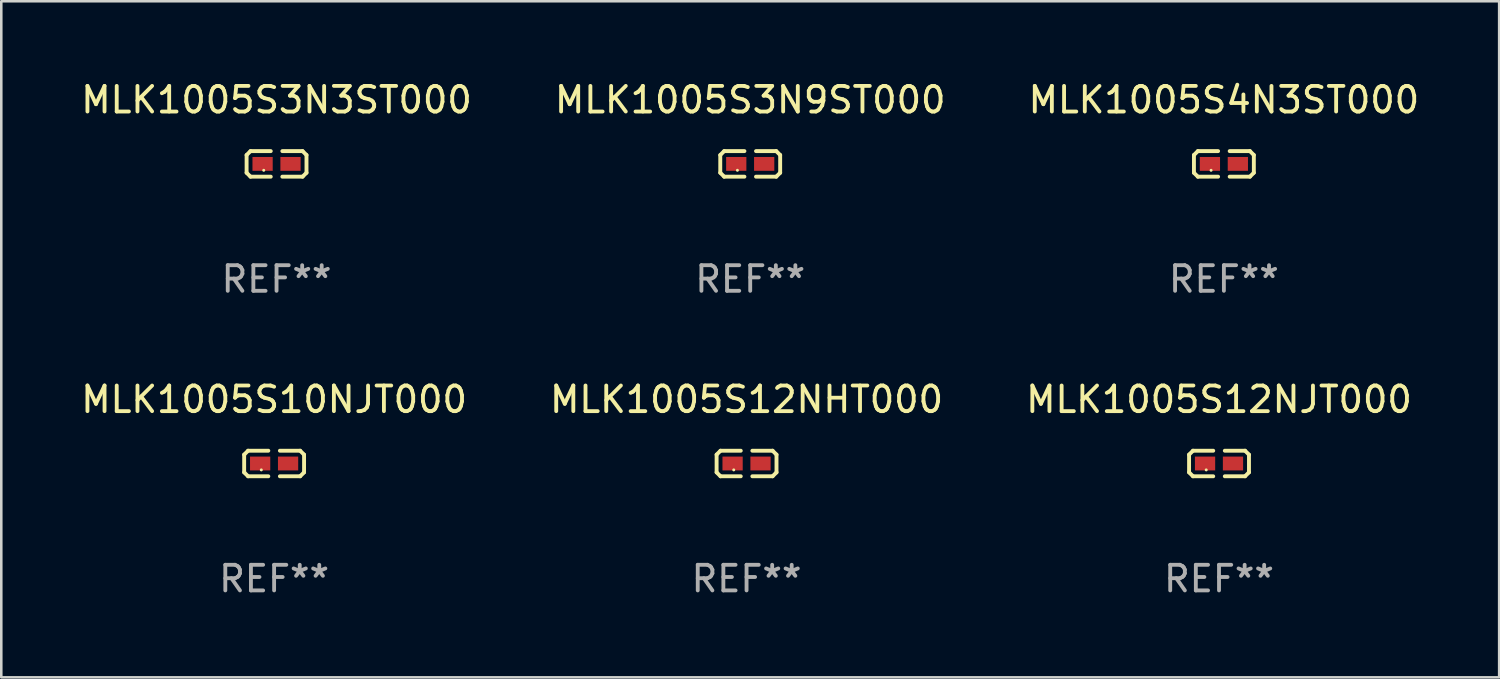
<source format=kicad_pcb>
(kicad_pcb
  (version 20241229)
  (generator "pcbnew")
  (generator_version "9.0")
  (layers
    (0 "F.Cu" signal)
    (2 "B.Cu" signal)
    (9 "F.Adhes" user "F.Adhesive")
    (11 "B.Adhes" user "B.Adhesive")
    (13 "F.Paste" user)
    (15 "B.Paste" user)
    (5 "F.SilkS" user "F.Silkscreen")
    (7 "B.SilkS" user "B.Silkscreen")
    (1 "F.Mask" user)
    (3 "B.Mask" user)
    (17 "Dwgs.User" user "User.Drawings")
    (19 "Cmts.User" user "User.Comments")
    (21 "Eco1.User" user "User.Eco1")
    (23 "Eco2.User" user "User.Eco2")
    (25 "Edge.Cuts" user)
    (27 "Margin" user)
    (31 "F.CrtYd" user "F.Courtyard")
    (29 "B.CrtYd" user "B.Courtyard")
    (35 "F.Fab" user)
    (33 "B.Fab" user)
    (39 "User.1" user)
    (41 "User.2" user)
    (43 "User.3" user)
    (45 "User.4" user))
  (footprint "MLK1005S12NJT000"
    (layer "F.Cu")
    (at 44.53 15.041)
    (property "Reference" "MLK1005S12NJT000" (at 0 -2.499 0) (layer "F.SilkS") (effects (font (size 1 1) (thickness 0.15))))
    (attr through_hole)
    (fp_line (start -1.169 -0.346) (end -1.016 -0.499) (stroke (width 0.152) (type solid)) (layer "F.SilkS"))
    (fp_line (start -1.169 0.346) (end -1.169 -0.346) (stroke (width 0.152) (type solid)) (layer "F.SilkS"))
    (fp_line (start -1.016 -0.499) (end -0.226 -0.499) (stroke (width 0.152) (type solid)) (layer "F.SilkS"))
    (fp_line (start -1.016 0.499) (end -1.169 0.346) (stroke (width 0.152) (type solid)) (layer "F.SilkS"))
    (fp_line (start -0.226 0.499) (end -1.016 0.499) (stroke (width 0.152) (type solid)) (layer "F.SilkS"))
    (fp_line (start 0.226 0.499) (end 1.016 0.499) (stroke (width 0.152) (type solid)) (layer "F.SilkS"))
    (fp_line (start 1.016 -0.499) (end 0.226 -0.499) (stroke (width 0.152) (type solid)) (layer "F.SilkS"))
    (fp_line (start 1.016 0.499) (end 1.169 0.346) (stroke (width 0.152) (type solid)) (layer "F.SilkS"))
    (fp_line (start 1.169 -0.346) (end 1.016 -0.499) (stroke (width 0.152) (type solid)) (layer "F.SilkS"))
    (fp_line (start 1.169 0.346) (end 1.169 -0.346) (stroke (width 0.152) (type solid)) (layer "F.SilkS"))
    (fp_circle (center -0.5 0.25) (end -0.47 0.25) (stroke (width 0.06) (type solid)) (fill no) (layer "F.SilkS"))
    (fp_text user "REF**" (at 0 4.499 0) (layer "F.Fab") (effects (font (size 1 1) (thickness 0.15))))
    (pad "1" smd rect (at -0.545 0) (size 0.79 0.54) (layers "F.Cu" "F.Mask" "F.Paste"))
    (pad "2" smd rect (at 0.545 0) (size 0.79 0.54) (layers "F.Cu" "F.Mask" "F.Paste")))
  (footprint "MLK1005S3N9ST000"
    (layer "F.Cu")
    (at 26.232 3.347)
    (property "Reference" "MLK1005S3N9ST000" (at 0 -2.499 0) (layer "F.SilkS") (effects (font (size 1 1) (thickness 0.15))))
    (attr through_hole)
    (fp_line (start -1.169 -0.346) (end -1.016 -0.499) (stroke (width 0.152) (type solid)) (layer "F.SilkS"))
    (fp_line (start -1.169 0.346) (end -1.169 -0.346) (stroke (width 0.152) (type solid)) (layer "F.SilkS"))
    (fp_line (start -1.016 -0.499) (end -0.226 -0.499) (stroke (width 0.152) (type solid)) (layer "F.SilkS"))
    (fp_line (start -1.016 0.499) (end -1.169 0.346) (stroke (width 0.152) (type solid)) (layer "F.SilkS"))
    (fp_line (start -0.226 0.499) (end -1.016 0.499) (stroke (width 0.152) (type solid)) (layer "F.SilkS"))
    (fp_line (start 0.226 0.499) (end 1.016 0.499) (stroke (width 0.152) (type solid)) (layer "F.SilkS"))
    (fp_line (start 1.016 -0.499) (end 0.226 -0.499) (stroke (width 0.152) (type solid)) (layer "F.SilkS"))
    (fp_line (start 1.016 0.499) (end 1.169 0.346) (stroke (width 0.152) (type solid)) (layer "F.SilkS"))
    (fp_line (start 1.169 -0.346) (end 1.016 -0.499) (stroke (width 0.152) (type solid)) (layer "F.SilkS"))
    (fp_line (start 1.169 0.346) (end 1.169 -0.346) (stroke (width 0.152) (type solid)) (layer "F.SilkS"))
    (fp_circle (center -0.5 0.25) (end -0.47 0.25) (stroke (width 0.06) (type solid)) (fill no) (layer "F.SilkS"))
    (fp_text user "REF**" (at 0 4.499 0) (layer "F.Fab") (effects (font (size 1 1) (thickness 0.15))))
    (pad "1" smd rect (at -0.545 0) (size 0.79 0.54) (layers "F.Cu" "F.Mask" "F.Paste"))
    (pad "2" smd rect (at 0.545 0) (size 0.79 0.54) (layers "F.Cu" "F.Mask" "F.Paste")))
  (footprint "MLK1005S12NHT000"
    (layer "F.Cu")
    (at 26.089 15.041)
    (property "Reference" "MLK1005S12NHT000" (at 0 -2.499 0) (layer "F.SilkS") (effects (font (size 1 1) (thickness 0.15))))
    (attr through_hole)
    (fp_line (start -1.169 -0.346) (end -1.016 -0.499) (stroke (width 0.152) (type solid)) (layer "F.SilkS"))
    (fp_line (start -1.169 0.346) (end -1.169 -0.346) (stroke (width 0.152) (type solid)) (layer "F.SilkS"))
    (fp_line (start -1.016 -0.499) (end -0.226 -0.499) (stroke (width 0.152) (type solid)) (layer "F.SilkS"))
    (fp_line (start -1.016 0.499) (end -1.169 0.346) (stroke (width 0.152) (type solid)) (layer "F.SilkS"))
    (fp_line (start -0.226 0.499) (end -1.016 0.499) (stroke (width 0.152) (type solid)) (layer "F.SilkS"))
    (fp_line (start 0.226 0.499) (end 1.016 0.499) (stroke (width 0.152) (type solid)) (layer "F.SilkS"))
    (fp_line (start 1.016 -0.499) (end 0.226 -0.499) (stroke (width 0.152) (type solid)) (layer "F.SilkS"))
    (fp_line (start 1.016 0.499) (end 1.169 0.346) (stroke (width 0.152) (type solid)) (layer "F.SilkS"))
    (fp_line (start 1.169 -0.346) (end 1.016 -0.499) (stroke (width 0.152) (type solid)) (layer "F.SilkS"))
    (fp_line (start 1.169 0.346) (end 1.169 -0.346) (stroke (width 0.152) (type solid)) (layer "F.SilkS"))
    (fp_circle (center -0.5 0.25) (end -0.47 0.25) (stroke (width 0.06) (type solid)) (fill no) (layer "F.SilkS"))
    (fp_text user "REF**" (at 0 4.499 0) (layer "F.Fab") (effects (font (size 1 1) (thickness 0.15))))
    (pad "1" smd rect (at -0.545 0) (size 0.79 0.54) (layers "F.Cu" "F.Mask" "F.Paste"))
    (pad "2" smd rect (at 0.545 0) (size 0.79 0.54) (layers "F.Cu" "F.Mask" "F.Paste")))
  (footprint "MLK1005S4N3ST000"
    (layer "F.Cu")
    (at 44.72 3.347)
    (property "Reference" "MLK1005S4N3ST000" (at 0 -2.499 0) (layer "F.SilkS") (effects (font (size 1 1) (thickness 0.15))))
    (attr through_hole)
    (fp_line (start -1.169 -0.346) (end -1.016 -0.499) (stroke (width 0.152) (type solid)) (layer "F.SilkS"))
    (fp_line (start -1.169 0.346) (end -1.169 -0.346) (stroke (width 0.152) (type solid)) (layer "F.SilkS"))
    (fp_line (start -1.016 -0.499) (end -0.226 -0.499) (stroke (width 0.152) (type solid)) (layer "F.SilkS"))
    (fp_line (start -1.016 0.499) (end -1.169 0.346) (stroke (width 0.152) (type solid)) (layer "F.SilkS"))
    (fp_line (start -0.226 0.499) (end -1.016 0.499) (stroke (width 0.152) (type solid)) (layer "F.SilkS"))
    (fp_line (start 0.226 0.499) (end 1.016 0.499) (stroke (width 0.152) (type solid)) (layer "F.SilkS"))
    (fp_line (start 1.016 -0.499) (end 0.226 -0.499) (stroke (width 0.152) (type solid)) (layer "F.SilkS"))
    (fp_line (start 1.016 0.499) (end 1.169 0.346) (stroke (width 0.152) (type solid)) (layer "F.SilkS"))
    (fp_line (start 1.169 -0.346) (end 1.016 -0.499) (stroke (width 0.152) (type solid)) (layer "F.SilkS"))
    (fp_line (start 1.169 0.346) (end 1.169 -0.346) (stroke (width 0.152) (type solid)) (layer "F.SilkS"))
    (fp_circle (center -0.5 0.25) (end -0.47 0.25) (stroke (width 0.06) (type solid)) (fill no) (layer "F.SilkS"))
    (fp_text user "REF**" (at 0 4.499 0) (layer "F.Fab") (effects (font (size 1 1) (thickness 0.15))))
    (pad "1" smd rect (at -0.545 0) (size 0.79 0.54) (layers "F.Cu" "F.Mask" "F.Paste"))
    (pad "2" smd rect (at 0.545 0) (size 0.79 0.54) (layers "F.Cu" "F.Mask" "F.Paste")))
  (footprint "MLK1005S3N3ST000"
    (layer "F.Cu")
    (at 7.744 3.347)
    (property "Reference" "MLK1005S3N3ST000" (at 0 -2.499 0) (layer "F.SilkS") (effects (font (size 1 1) (thickness 0.15))))
    (attr through_hole)
    (fp_line (start -1.169 -0.346) (end -1.016 -0.499) (stroke (width 0.152) (type solid)) (layer "F.SilkS"))
    (fp_line (start -1.169 0.346) (end -1.169 -0.346) (stroke (width 0.152) (type solid)) (layer "F.SilkS"))
    (fp_line (start -1.016 -0.499) (end -0.226 -0.499) (stroke (width 0.152) (type solid)) (layer "F.SilkS"))
    (fp_line (start -1.016 0.499) (end -1.169 0.346) (stroke (width 0.152) (type solid)) (layer "F.SilkS"))
    (fp_line (start -0.226 0.499) (end -1.016 0.499) (stroke (width 0.152) (type solid)) (layer "F.SilkS"))
    (fp_line (start 0.226 0.499) (end 1.016 0.499) (stroke (width 0.152) (type solid)) (layer "F.SilkS"))
    (fp_line (start 1.016 -0.499) (end 0.226 -0.499) (stroke (width 0.152) (type solid)) (layer "F.SilkS"))
    (fp_line (start 1.016 0.499) (end 1.169 0.346) (stroke (width 0.152) (type solid)) (layer "F.SilkS"))
    (fp_line (start 1.169 -0.346) (end 1.016 -0.499) (stroke (width 0.152) (type solid)) (layer "F.SilkS"))
    (fp_line (start 1.169 0.346) (end 1.169 -0.346) (stroke (width 0.152) (type solid)) (layer "F.SilkS"))
    (fp_circle (center -0.5 0.25) (end -0.47 0.25) (stroke (width 0.06) (type solid)) (fill no) (layer "F.SilkS"))
    (fp_text user "REF**" (at 0 4.499 0) (layer "F.Fab") (effects (font (size 1 1) (thickness 0.15))))
    (pad "1" smd rect (at -0.545 0) (size 0.79 0.54) (layers "F.Cu" "F.Mask" "F.Paste"))
    (pad "2" smd rect (at 0.545 0) (size 0.79 0.54) (layers "F.Cu" "F.Mask" "F.Paste")))
  (footprint "MLK1005S10NJT000"
    (layer "F.Cu")
    (at 7.649 15.041)
    (property "Reference" "MLK1005S10NJT000" (at 0 -2.499 0) (layer "F.SilkS") (effects (font (size 1 1) (thickness 0.15))))
    (attr through_hole)
    (fp_line (start -1.169 -0.346) (end -1.016 -0.499) (stroke (width 0.152) (type solid)) (layer "F.SilkS"))
    (fp_line (start -1.169 0.346) (end -1.169 -0.346) (stroke (width 0.152) (type solid)) (layer "F.SilkS"))
    (fp_line (start -1.016 -0.499) (end -0.226 -0.499) (stroke (width 0.152) (type solid)) (layer "F.SilkS"))
    (fp_line (start -1.016 0.499) (end -1.169 0.346) (stroke (width 0.152) (type solid)) (layer "F.SilkS"))
    (fp_line (start -0.226 0.499) (end -1.016 0.499) (stroke (width 0.152) (type solid)) (layer "F.SilkS"))
    (fp_line (start 0.226 0.499) (end 1.016 0.499) (stroke (width 0.152) (type solid)) (layer "F.SilkS"))
    (fp_line (start 1.016 -0.499) (end 0.226 -0.499) (stroke (width 0.152) (type solid)) (layer "F.SilkS"))
    (fp_line (start 1.016 0.499) (end 1.169 0.346) (stroke (width 0.152) (type solid)) (layer "F.SilkS"))
    (fp_line (start 1.169 -0.346) (end 1.016 -0.499) (stroke (width 0.152) (type solid)) (layer "F.SilkS"))
    (fp_line (start 1.169 0.346) (end 1.169 -0.346) (stroke (width 0.152) (type solid)) (layer "F.SilkS"))
    (fp_circle (center -0.5 0.25) (end -0.47 0.25) (stroke (width 0.06) (type solid)) (fill no) (layer "F.SilkS"))
    (fp_text user "REF**" (at 0 4.499 0) (layer "F.Fab") (effects (font (size 1 1) (thickness 0.15))))
    (pad "1" smd rect (at -0.545 0) (size 0.79 0.54) (layers "F.Cu" "F.Mask" "F.Paste"))
    (pad "2" smd rect (at 0.545 0) (size 0.79 0.54) (layers "F.Cu" "F.Mask" "F.Paste")))
  (gr_rect
    (start -3 -3)
    (end 55.464 23.387)
    (stroke (width 0.1) (type default))
    (fill no)
    (layer "Edge.Cuts")))
</source>
